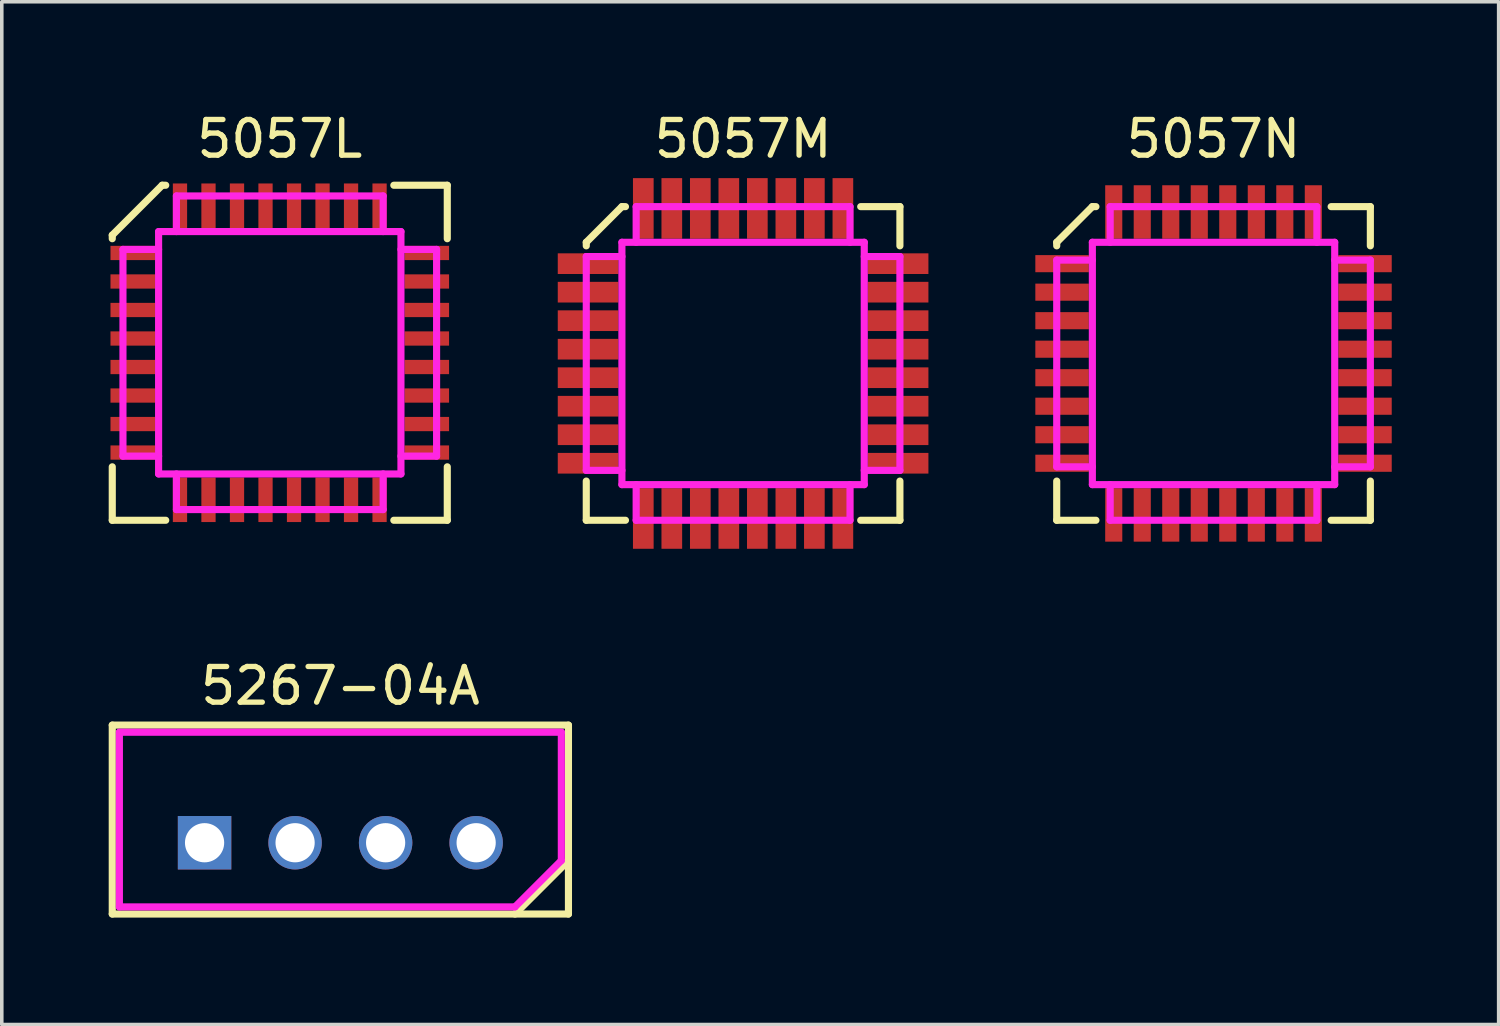
<source format=kicad_pcb>
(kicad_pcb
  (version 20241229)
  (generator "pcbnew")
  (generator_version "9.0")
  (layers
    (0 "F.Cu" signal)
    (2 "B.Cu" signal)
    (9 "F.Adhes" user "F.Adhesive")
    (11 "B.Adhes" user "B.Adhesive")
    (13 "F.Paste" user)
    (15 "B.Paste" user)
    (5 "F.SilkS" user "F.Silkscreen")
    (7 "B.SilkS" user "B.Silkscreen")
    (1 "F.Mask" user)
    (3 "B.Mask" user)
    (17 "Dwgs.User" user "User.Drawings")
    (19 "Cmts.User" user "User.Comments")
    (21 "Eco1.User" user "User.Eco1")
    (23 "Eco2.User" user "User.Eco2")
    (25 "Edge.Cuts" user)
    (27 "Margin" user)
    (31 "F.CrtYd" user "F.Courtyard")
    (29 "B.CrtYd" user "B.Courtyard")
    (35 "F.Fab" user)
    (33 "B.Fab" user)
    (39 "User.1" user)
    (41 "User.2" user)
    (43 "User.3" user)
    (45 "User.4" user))
  (footprint "5057L"
    (layer "F.Cu")
    (at 4.8 6.848)
    (property "Reference" "5057L" (at 0 -6 0) (layer "F.SilkS") (effects (font (size 1 1) (thickness 0.15))))
    (attr through_hole)
    (fp_line (start -4.7 -3.3) (end -3.3 -4.7) (stroke (width 0.2) (type solid)) (layer "F.SilkS"))
    (fp_line (start -4.7 -3.2) (end -4.7 -3.3) (stroke (width 0.2) (type solid)) (layer "F.SilkS"))
    (fp_line (start -4.7 3.2) (end -4.7 4.7) (stroke (width 0.2) (type solid)) (layer "F.SilkS"))
    (fp_line (start -4.7 4.7) (end -3.2 4.7) (stroke (width 0.2) (type solid)) (layer "F.SilkS"))
    (fp_line (start -3.2 -4.7) (end -3.3 -4.7) (stroke (width 0.2) (type solid)) (layer "F.SilkS"))
    (fp_line (start 3.2 -4.7) (end 4.7 -4.7) (stroke (width 0.2) (type solid)) (layer "F.SilkS"))
    (fp_line (start 3.2 4.7) (end 4.7 4.7) (stroke (width 0.2) (type solid)) (layer "F.SilkS"))
    (fp_line (start 4.7 -4.7) (end 4.7 -3.2) (stroke (width 0.2) (type solid)) (layer "F.SilkS"))
    (fp_line (start 4.7 3.2) (end 4.7 4.7) (stroke (width 0.2) (type solid)) (layer "F.SilkS"))
    (fp_line (start -4.4 -2.9) (end -4.4 2.9) (stroke (width 0.2) (type solid)) (layer "F.CrtYd"))
    (fp_line (start -4.4 2.9) (end -3.4 2.9) (stroke (width 0.2) (type solid)) (layer "F.CrtYd"))
    (fp_line (start -3.4 -3.4) (end 3.4 -3.4) (stroke (width 0.2) (type solid)) (layer "F.CrtYd"))
    (fp_line (start -3.4 -2.9) (end -4.4 -2.9) (stroke (width 0.2) (type solid)) (layer "F.CrtYd"))
    (fp_line (start -3.4 3.4) (end -3.4 -3.4) (stroke (width 0.2) (type solid)) (layer "F.CrtYd"))
    (fp_line (start -2.9 -4.4) (end -2.9 -3.4) (stroke (width 0.2) (type solid)) (layer "F.CrtYd"))
    (fp_line (start -2.9 -4.4) (end 2.9 -4.4) (stroke (width 0.2) (type solid)) (layer "F.CrtYd"))
    (fp_line (start -2.9 3.4) (end -2.9 4.4) (stroke (width 0.2) (type solid)) (layer "F.CrtYd"))
    (fp_line (start -2.9 4.4) (end 2.9 4.4) (stroke (width 0.2) (type solid)) (layer "F.CrtYd"))
    (fp_line (start 2.9 -4.4) (end 2.9 -3.4) (stroke (width 0.2) (type solid)) (layer "F.CrtYd"))
    (fp_line (start 2.9 3.4) (end 2.9 4.4) (stroke (width 0.2) (type solid)) (layer "F.CrtYd"))
    (fp_line (start 3.4 -3.4) (end 3.4 3.4) (stroke (width 0.2) (type solid)) (layer "F.CrtYd"))
    (fp_line (start 3.4 -2.9) (end 4.4 -2.9) (stroke (width 0.2) (type solid)) (layer "F.CrtYd"))
    (fp_line (start 3.4 2.9) (end 4.4 2.9) (stroke (width 0.2) (type solid)) (layer "F.CrtYd"))
    (fp_line (start 3.4 3.4) (end -3.4 3.4) (stroke (width 0.2) (type solid)) (layer "F.CrtYd"))
    (fp_line (start 4.4 -2.9) (end 4.4 2.9) (stroke (width 0.2) (type solid)) (layer "F.CrtYd"))
    (pad "1" smd rect (at -4.125 -2.8) (size 1.25 0.4) (layers "F.Cu" "F.Mask"))
    (pad "2" smd rect (at -4.125 -2) (size 1.25 0.4) (layers "F.Cu" "F.Mask"))
    (pad "3" smd rect (at -4.125 -1.2) (size 1.25 0.4) (layers "F.Cu" "F.Mask"))
    (pad "4" smd rect (at -4.125 -0.4) (size 1.25 0.4) (layers "F.Cu" "F.Mask"))
    (pad "5" smd rect (at -4.125 0.4) (size 1.25 0.4) (layers "F.Cu" "F.Mask"))
    (pad "6" smd rect (at -4.125 1.2) (size 1.25 0.4) (layers "F.Cu" "F.Mask"))
    (pad "7" smd rect (at -4.125 2) (size 1.25 0.4) (layers "F.Cu" "F.Mask"))
    (pad "8" smd rect (at -4.125 2.8) (size 1.25 0.4) (layers "F.Cu" "F.Mask"))
    (pad "9" smd rect (at -2.8 4.125) (size 0.4 1.25) (layers "F.Cu" "F.Mask"))
    (pad "10" smd rect (at -2 4.125) (size 0.4 1.25) (layers "F.Cu" "F.Mask"))
    (pad "11" smd rect (at -1.2 4.125) (size 0.4 1.25) (layers "F.Cu" "F.Mask"))
    (pad "12" smd rect (at -0.4 4.125) (size 0.4 1.25) (layers "F.Cu" "F.Mask"))
    (pad "13" smd rect (at 0.4 4.125) (size 0.4 1.25) (layers "F.Cu" "F.Mask"))
    (pad "14" smd rect (at 1.2 4.125) (size 0.4 1.25) (layers "F.Cu" "F.Mask"))
    (pad "15" smd rect (at 2 4.125) (size 0.4 1.25) (layers "F.Cu" "F.Mask"))
    (pad "16" smd rect (at 2.8 4.125) (size 0.4 1.25) (layers "F.Cu" "F.Mask"))
    (pad "17" smd rect (at 4.125 2.8) (size 1.25 0.4) (layers "F.Cu" "F.Mask"))
    (pad "18" smd rect (at 4.125 2) (size 1.25 0.4) (layers "F.Cu" "F.Mask"))
    (pad "19" smd rect (at 4.125 1.2) (size 1.25 0.4) (layers "F.Cu" "F.Mask"))
    (pad "20" smd rect (at 4.125 0.4) (size 1.25 0.4) (layers "F.Cu" "F.Mask"))
    (pad "21" smd rect (at 4.125 -0.4) (size 1.25 0.4) (layers "F.Cu" "F.Mask"))
    (pad "22" smd rect (at 4.125 -1.2) (size 1.25 0.4) (layers "F.Cu" "F.Mask"))
    (pad "23" smd rect (at 4.125 -2) (size 1.25 0.4) (layers "F.Cu" "F.Mask"))
    (pad "24" smd rect (at 4.125 -2.8) (size 1.25 0.4) (layers "F.Cu" "F.Mask"))
    (pad "25" smd rect (at 2.8 -4.125) (size 0.4 1.25) (layers "F.Cu" "F.Mask"))
    (pad "26" smd rect (at 2 -4.125) (size 0.4 1.25) (layers "F.Cu" "F.Mask"))
    (pad "27" smd rect (at 1.2 -4.125) (size 0.4 1.25) (layers "F.Cu" "F.Mask"))
    (pad "28" smd rect (at 0.4 -4.125) (size 0.4 1.25) (layers "F.Cu" "F.Mask"))
    (pad "29" smd rect (at -0.4 -4.125) (size 0.4 1.25) (layers "F.Cu" "F.Mask"))
    (pad "30" smd rect (at -1.2 -4.125) (size 0.4 1.25) (layers "F.Cu" "F.Mask"))
    (pad "31" smd rect (at -2 -4.125) (size 0.4 1.25) (layers "F.Cu" "F.Mask"))
    (pad "32" smd rect (at -2.8 -4.125) (size 0.4 1.25) (layers "F.Cu" "F.Mask")))
  (footprint "5057M"
    (layer "F.Cu")
    (at 17.8 7.148)
    (property "Reference" "5057M" (at 0 -6.3 0) (layer "F.SilkS") (effects (font (size 1 1) (thickness 0.15))))
    (attr through_hole)
    (fp_line (start -4.4 -3.4) (end -3.4 -4.4) (stroke (width 0.2) (type solid)) (layer "F.SilkS"))
    (fp_line (start -4.4 -3.3) (end -4.4 -3.4) (stroke (width 0.2) (type solid)) (layer "F.SilkS"))
    (fp_line (start -4.4 4.4) (end -4.4 3.3) (stroke (width 0.2) (type solid)) (layer "F.SilkS"))
    (fp_line (start -3.4 -4.4) (end -3.3 -4.4) (stroke (width 0.2) (type solid)) (layer "F.SilkS"))
    (fp_line (start -3.3 4.4) (end -4.4 4.4) (stroke (width 0.2) (type solid)) (layer "F.SilkS"))
    (fp_line (start 3.3 -4.4) (end 4.4 -4.4) (stroke (width 0.2) (type solid)) (layer "F.SilkS"))
    (fp_line (start 3.3 4.4) (end 4.4 4.4) (stroke (width 0.2) (type solid)) (layer "F.SilkS"))
    (fp_line (start 4.4 -4.4) (end 4.4 -3.3) (stroke (width 0.2) (type solid)) (layer "F.SilkS"))
    (fp_line (start 4.4 4.4) (end 4.4 3.3) (stroke (width 0.2) (type solid)) (layer "F.SilkS"))
    (fp_line (start -4.4 -3) (end -4.4 3) (stroke (width 0.2) (type solid)) (layer "F.CrtYd"))
    (fp_line (start -4.4 3) (end -3.4 3) (stroke (width 0.2) (type solid)) (layer "F.CrtYd"))
    (fp_line (start -3.4 -3.4) (end -3.4 3.4) (stroke (width 0.2) (type solid)) (layer "F.CrtYd"))
    (fp_line (start -3.4 -3) (end -4.4 -3) (stroke (width 0.2) (type solid)) (layer "F.CrtYd"))
    (fp_line (start -3.4 3.4) (end 3.4 3.4) (stroke (width 0.2) (type solid)) (layer "F.CrtYd"))
    (fp_line (start -3 -4.4) (end 3 -4.4) (stroke (width 0.2) (type solid)) (layer "F.CrtYd"))
    (fp_line (start -3 -3.4) (end -3 -4.4) (stroke (width 0.2) (type solid)) (layer "F.CrtYd"))
    (fp_line (start -3 3.4) (end -3 4.4) (stroke (width 0.2) (type solid)) (layer "F.CrtYd"))
    (fp_line (start -3 4.4) (end 3 4.4) (stroke (width 0.2) (type solid)) (layer "F.CrtYd"))
    (fp_line (start 3 -4.4) (end 3 -3.4) (stroke (width 0.2) (type solid)) (layer "F.CrtYd"))
    (fp_line (start 3 4.4) (end 3 3.4) (stroke (width 0.2) (type solid)) (layer "F.CrtYd"))
    (fp_line (start 3.4 -3.4) (end -3.4 -3.4) (stroke (width 0.2) (type solid)) (layer "F.CrtYd"))
    (fp_line (start 3.4 3) (end 4.4 3) (stroke (width 0.2) (type solid)) (layer "F.CrtYd"))
    (fp_line (start 3.4 3.4) (end 3.4 -3.4) (stroke (width 0.2) (type solid)) (layer "F.CrtYd"))
    (fp_line (start 4.4 -3) (end 3.4 -3) (stroke (width 0.2) (type solid)) (layer "F.CrtYd"))
    (fp_line (start 4.4 3) (end 4.4 -3) (stroke (width 0.2) (type solid)) (layer "F.CrtYd"))
    (pad "1" smd rect (at -4.35 -2.8) (size 1.7 0.58) (layers "F.Cu" "F.Mask"))
    (pad "2" smd rect (at -4.35 -2) (size 1.7 0.58) (layers "F.Cu" "F.Mask"))
    (pad "3" smd rect (at -4.35 -1.2) (size 1.7 0.58) (layers "F.Cu" "F.Mask"))
    (pad "4" smd rect (at -4.35 -0.4) (size 1.7 0.58) (layers "F.Cu" "F.Mask"))
    (pad "5" smd rect (at -4.35 0.4) (size 1.7 0.58) (layers "F.Cu" "F.Mask"))
    (pad "6" smd rect (at -4.35 1.2) (size 1.7 0.58) (layers "F.Cu" "F.Mask"))
    (pad "7" smd rect (at -4.35 2) (size 1.7 0.58) (layers "F.Cu" "F.Mask"))
    (pad "8" smd rect (at -4.35 2.8) (size 1.7 0.58) (layers "F.Cu" "F.Mask"))
    (pad "9" smd rect (at -2.8 4.35) (size 0.58 1.7) (layers "F.Cu" "F.Mask"))
    (pad "10" smd rect (at -2 4.35) (size 0.58 1.7) (layers "F.Cu" "F.Mask"))
    (pad "11" smd rect (at -1.2 4.35) (size 0.58 1.7) (layers "F.Cu" "F.Mask"))
    (pad "12" smd rect (at -0.4 4.35) (size 0.58 1.7) (layers "F.Cu" "F.Mask"))
    (pad "13" smd rect (at 0.4 4.35) (size 0.58 1.7) (layers "F.Cu" "F.Mask"))
    (pad "14" smd rect (at 1.2 4.35) (size 0.58 1.7) (layers "F.Cu" "F.Mask"))
    (pad "15" smd rect (at 2 4.35) (size 0.58 1.7) (layers "F.Cu" "F.Mask"))
    (pad "16" smd rect (at 2.8 4.35) (size 0.58 1.7) (layers "F.Cu" "F.Mask"))
    (pad "17" smd rect (at 4.35 2.8) (size 1.7 0.58) (layers "F.Cu" "F.Mask"))
    (pad "18" smd rect (at 4.35 2) (size 1.7 0.58) (layers "F.Cu" "F.Mask"))
    (pad "19" smd rect (at 4.35 1.2) (size 1.7 0.58) (layers "F.Cu" "F.Mask"))
    (pad "20" smd rect (at 4.35 0.4) (size 1.7 0.58) (layers "F.Cu" "F.Mask"))
    (pad "21" smd rect (at 4.35 -0.4) (size 1.7 0.58) (layers "F.Cu" "F.Mask"))
    (pad "22" smd rect (at 4.35 -1.2) (size 1.7 0.58) (layers "F.Cu" "F.Mask"))
    (pad "23" smd rect (at 4.35 -2) (size 1.7 0.58) (layers "F.Cu" "F.Mask"))
    (pad "24" smd rect (at 4.35 -2.8) (size 1.7 0.58) (layers "F.Cu" "F.Mask"))
    (pad "25" smd rect (at 2.8 -4.35) (size 0.58 1.7) (layers "F.Cu" "F.Mask"))
    (pad "26" smd rect (at 2 -4.35) (size 0.58 1.7) (layers "F.Cu" "F.Mask"))
    (pad "27" smd rect (at 1.2 -4.35) (size 0.58 1.7) (layers "F.Cu" "F.Mask"))
    (pad "28" smd rect (at 0.4 -4.35) (size 0.58 1.7) (layers "F.Cu" "F.Mask"))
    (pad "29" smd rect (at -0.4 -4.35) (size 0.58 1.7) (layers "F.Cu" "F.Mask"))
    (pad "30" smd rect (at -1.2 -4.35) (size 0.58 1.7) (layers "F.Cu" "F.Mask"))
    (pad "31" smd rect (at -2 -4.35) (size 0.58 1.7) (layers "F.Cu" "F.Mask"))
    (pad "32" smd rect (at -2.8 -4.35) (size 0.58 1.7) (layers "F.Cu" "F.Mask")))
  (footprint "5267-04A"
    (layer "F.Cu")
    (at 6.5 20.596)
    (property "Reference" "5267-04A" (at 0 -4.4 0) (layer "F.SilkS") (effects (font (size 1 1) (thickness 0.15))))
    (attr through_hole)
    (fp_line (start -6.4 -3.3) (end -6.4 2) (stroke (width 0.2) (type solid)) (layer "F.SilkS"))
    (fp_line (start -6.4 2) (end 6.4 2) (stroke (width 0.2) (type solid)) (layer "F.SilkS"))
    (fp_line (start 4.9 2) (end 6.4 0.5) (stroke (width 0.2) (type solid)) (layer "F.SilkS"))
    (fp_line (start 6.4 -3.3) (end -6.4 -3.3) (stroke (width 0.2) (type solid)) (layer "F.SilkS"))
    (fp_line (start 6.4 2) (end 6.4 -3.3) (stroke (width 0.2) (type solid)) (layer "F.SilkS"))
    (fp_line (start -6.2 -3.1) (end -6.2 1.8) (stroke (width 0.2) (type solid)) (layer "F.CrtYd"))
    (fp_line (start -6.2 -3.1) (end 6.2 -3.1) (stroke (width 0.2) (type solid)) (layer "F.CrtYd"))
    (fp_line (start -6.2 1.8) (end 4.9 1.8) (stroke (width 0.2) (type solid)) (layer "F.CrtYd"))
    (fp_line (start 4.9 1.8) (end 6.2 0.5) (stroke (width 0.2) (type solid)) (layer "F.CrtYd"))
    (fp_line (start 6.2 0.5) (end 6.2 -3.1) (stroke (width 0.2) (type solid)) (layer "F.CrtYd"))
    (pad "1" thru_hole rect (at -3.81 0) (size 1.5 1.5) (drill 1.1) (layers "*.Cu" "*.Mask"))
    (pad "2" thru_hole circle (at -1.27 0) (size 1.5 1.5) (drill 1.1) (layers "*.Cu" "*.Mask"))
    (pad "3" thru_hole circle (at 1.27 0) (size 1.5 1.5) (drill 1.1) (layers "*.Cu" "*.Mask"))
    (pad "4" thru_hole circle (at 3.81 0) (size 1.5 1.5) (drill 1.1) (layers "*.Cu" "*.Mask")))
  (footprint "5057N"
    (layer "F.Cu")
    (at 31 7.148)
    (property "Reference" "5057N" (at 0 -6.3 0) (layer "F.SilkS") (effects (font (size 1 1) (thickness 0.15))))
    (attr through_hole)
    (fp_line (start -4.4 -3.4) (end -4.4 -3.3) (stroke (width 0.2) (type solid)) (layer "F.SilkS"))
    (fp_line (start -4.4 4.4) (end -4.4 3.3) (stroke (width 0.2) (type solid)) (layer "F.SilkS"))
    (fp_line (start -4.4 4.4) (end -3.3 4.4) (stroke (width 0.2) (type solid)) (layer "F.SilkS"))
    (fp_line (start -3.4 -4.4) (end -4.4 -3.4) (stroke (width 0.2) (type solid)) (layer "F.SilkS"))
    (fp_line (start -3.4 -4.4) (end -3.3 -4.4) (stroke (width 0.2) (type solid)) (layer "F.SilkS"))
    (fp_line (start 4.4 -4.4) (end 3.3 -4.4) (stroke (width 0.2) (type solid)) (layer "F.SilkS"))
    (fp_line (start 4.4 -4.4) (end 4.4 -3.3) (stroke (width 0.2) (type solid)) (layer "F.SilkS"))
    (fp_line (start 4.4 4.4) (end 3.3 4.4) (stroke (width 0.2) (type solid)) (layer "F.SilkS"))
    (fp_line (start 4.4 4.4) (end 4.4 3.3) (stroke (width 0.2) (type solid)) (layer "F.SilkS"))
    (fp_line (start -4.4 -2.9) (end -4.4 2.9) (stroke (width 0.2) (type solid)) (layer "F.CrtYd"))
    (fp_line (start -4.4 2.9) (end -3.4 2.9) (stroke (width 0.2) (type solid)) (layer "F.CrtYd"))
    (fp_line (start -3.4 -3.4) (end 3.4 -3.4) (stroke (width 0.2) (type solid)) (layer "F.CrtYd"))
    (fp_line (start -3.4 -2.9) (end -4.4 -2.9) (stroke (width 0.2) (type solid)) (layer "F.CrtYd"))
    (fp_line (start -3.4 3.4) (end -3.4 -3.4) (stroke (width 0.2) (type solid)) (layer "F.CrtYd"))
    (fp_line (start -2.9 -4.4) (end -2.9 -3.4) (stroke (width 0.2) (type solid)) (layer "F.CrtYd"))
    (fp_line (start -2.9 -4.4) (end 2.9 -4.4) (stroke (width 0.2) (type solid)) (layer "F.CrtYd"))
    (fp_line (start -2.9 3.4) (end -2.9 4.4) (stroke (width 0.2) (type solid)) (layer "F.CrtYd"))
    (fp_line (start -2.9 4.4) (end 2.9 4.4) (stroke (width 0.2) (type solid)) (layer "F.CrtYd"))
    (fp_line (start 2.9 -4.4) (end 2.9 -3.4) (stroke (width 0.2) (type solid)) (layer "F.CrtYd"))
    (fp_line (start 2.9 4.4) (end 2.9 3.4) (stroke (width 0.2) (type solid)) (layer "F.CrtYd"))
    (fp_line (start 3.4 -3.4) (end 3.4 3.4) (stroke (width 0.2) (type solid)) (layer "F.CrtYd"))
    (fp_line (start 3.4 -2.9) (end 4.4 -2.9) (stroke (width 0.2) (type solid)) (layer "F.CrtYd"))
    (fp_line (start 3.4 3.4) (end -3.4 3.4) (stroke (width 0.2) (type solid)) (layer "F.CrtYd"))
    (fp_line (start 4.4 -2.9) (end 4.4 2.9) (stroke (width 0.2) (type solid)) (layer "F.CrtYd"))
    (fp_line (start 4.4 2.9) (end 3.4 2.9) (stroke (width 0.2) (type solid)) (layer "F.CrtYd"))
    (pad "1" smd rect (at -4.25 -2.8) (size 1.5 0.48) (layers "F.Cu" "F.Mask"))
    (pad "2" smd rect (at -4.25 -2) (size 1.5 0.48) (layers "F.Cu" "F.Mask"))
    (pad "3" smd rect (at -4.25 -1.2) (size 1.5 0.48) (layers "F.Cu" "F.Mask"))
    (pad "4" smd rect (at -4.25 -0.4) (size 1.5 0.48) (layers "F.Cu" "F.Mask"))
    (pad "5" smd rect (at -4.25 0.4) (size 1.5 0.48) (layers "F.Cu" "F.Mask"))
    (pad "6" smd rect (at -4.25 1.2) (size 1.5 0.48) (layers "F.Cu" "F.Mask"))
    (pad "7" smd rect (at -4.25 2) (size 1.5 0.48) (layers "F.Cu" "F.Mask"))
    (pad "8" smd rect (at -4.25 2.8) (size 1.5 0.48) (layers "F.Cu" "F.Mask"))
    (pad "9" smd rect (at -2.8 4.25) (size 0.48 1.5) (layers "F.Cu" "F.Mask"))
    (pad "10" smd rect (at -2 4.25) (size 0.48 1.5) (layers "F.Cu" "F.Mask"))
    (pad "11" smd rect (at -1.2 4.25) (size 0.48 1.5) (layers "F.Cu" "F.Mask"))
    (pad "12" smd rect (at -0.4 4.25) (size 0.48 1.5) (layers "F.Cu" "F.Mask"))
    (pad "13" smd rect (at 0.4 4.25) (size 0.48 1.5) (layers "F.Cu" "F.Mask"))
    (pad "14" smd rect (at 1.2 4.25) (size 0.48 1.5) (layers "F.Cu" "F.Mask"))
    (pad "15" smd rect (at 2 4.25) (size 0.48 1.5) (layers "F.Cu" "F.Mask"))
    (pad "16" smd rect (at 2.8 4.25) (size 0.48 1.5) (layers "F.Cu" "F.Mask"))
    (pad "17" smd rect (at 4.25 2.8) (size 1.5 0.48) (layers "F.Cu" "F.Mask"))
    (pad "18" smd rect (at 4.25 2) (size 1.5 0.48) (layers "F.Cu" "F.Mask"))
    (pad "19" smd rect (at 4.25 1.2) (size 1.5 0.48) (layers "F.Cu" "F.Mask"))
    (pad "20" smd rect (at 4.25 0.4) (size 1.5 0.48) (layers "F.Cu" "F.Mask"))
    (pad "21" smd rect (at 4.25 -0.4) (size 1.5 0.48) (layers "F.Cu" "F.Mask"))
    (pad "22" smd rect (at 4.25 -1.2) (size 1.5 0.48) (layers "F.Cu" "F.Mask"))
    (pad "23" smd rect (at 4.25 -2) (size 1.5 0.48) (layers "F.Cu" "F.Mask"))
    (pad "24" smd rect (at 4.25 -2.8) (size 1.5 0.48) (layers "F.Cu" "F.Mask"))
    (pad "25" smd rect (at 2.8 -4.25) (size 0.48 1.5) (layers "F.Cu" "F.Mask"))
    (pad "26" smd rect (at 2 -4.25) (size 0.48 1.5) (layers "F.Cu" "F.Mask"))
    (pad "27" smd rect (at 1.2 -4.25) (size 0.48 1.5) (layers "F.Cu" "F.Mask"))
    (pad "28" smd rect (at 0.4 -4.25) (size 0.48 1.5) (layers "F.Cu" "F.Mask"))
    (pad "29" smd rect (at -0.4 -4.25) (size 0.48 1.5) (layers "F.Cu" "F.Mask"))
    (pad "30" smd rect (at -1.2 -4.25) (size 0.48 1.5) (layers "F.Cu" "F.Mask"))
    (pad "31" smd rect (at -2 -4.25) (size 0.48 1.5) (layers "F.Cu" "F.Mask"))
    (pad "32" smd rect (at -2.8 -4.25) (size 0.48 1.5) (layers "F.Cu" "F.Mask")))
  (gr_rect
    (start -3 -3)
    (end 39 25.697)
    (stroke (width 0.1) (type default))
    (fill no)
    (layer "Edge.Cuts")))
</source>
